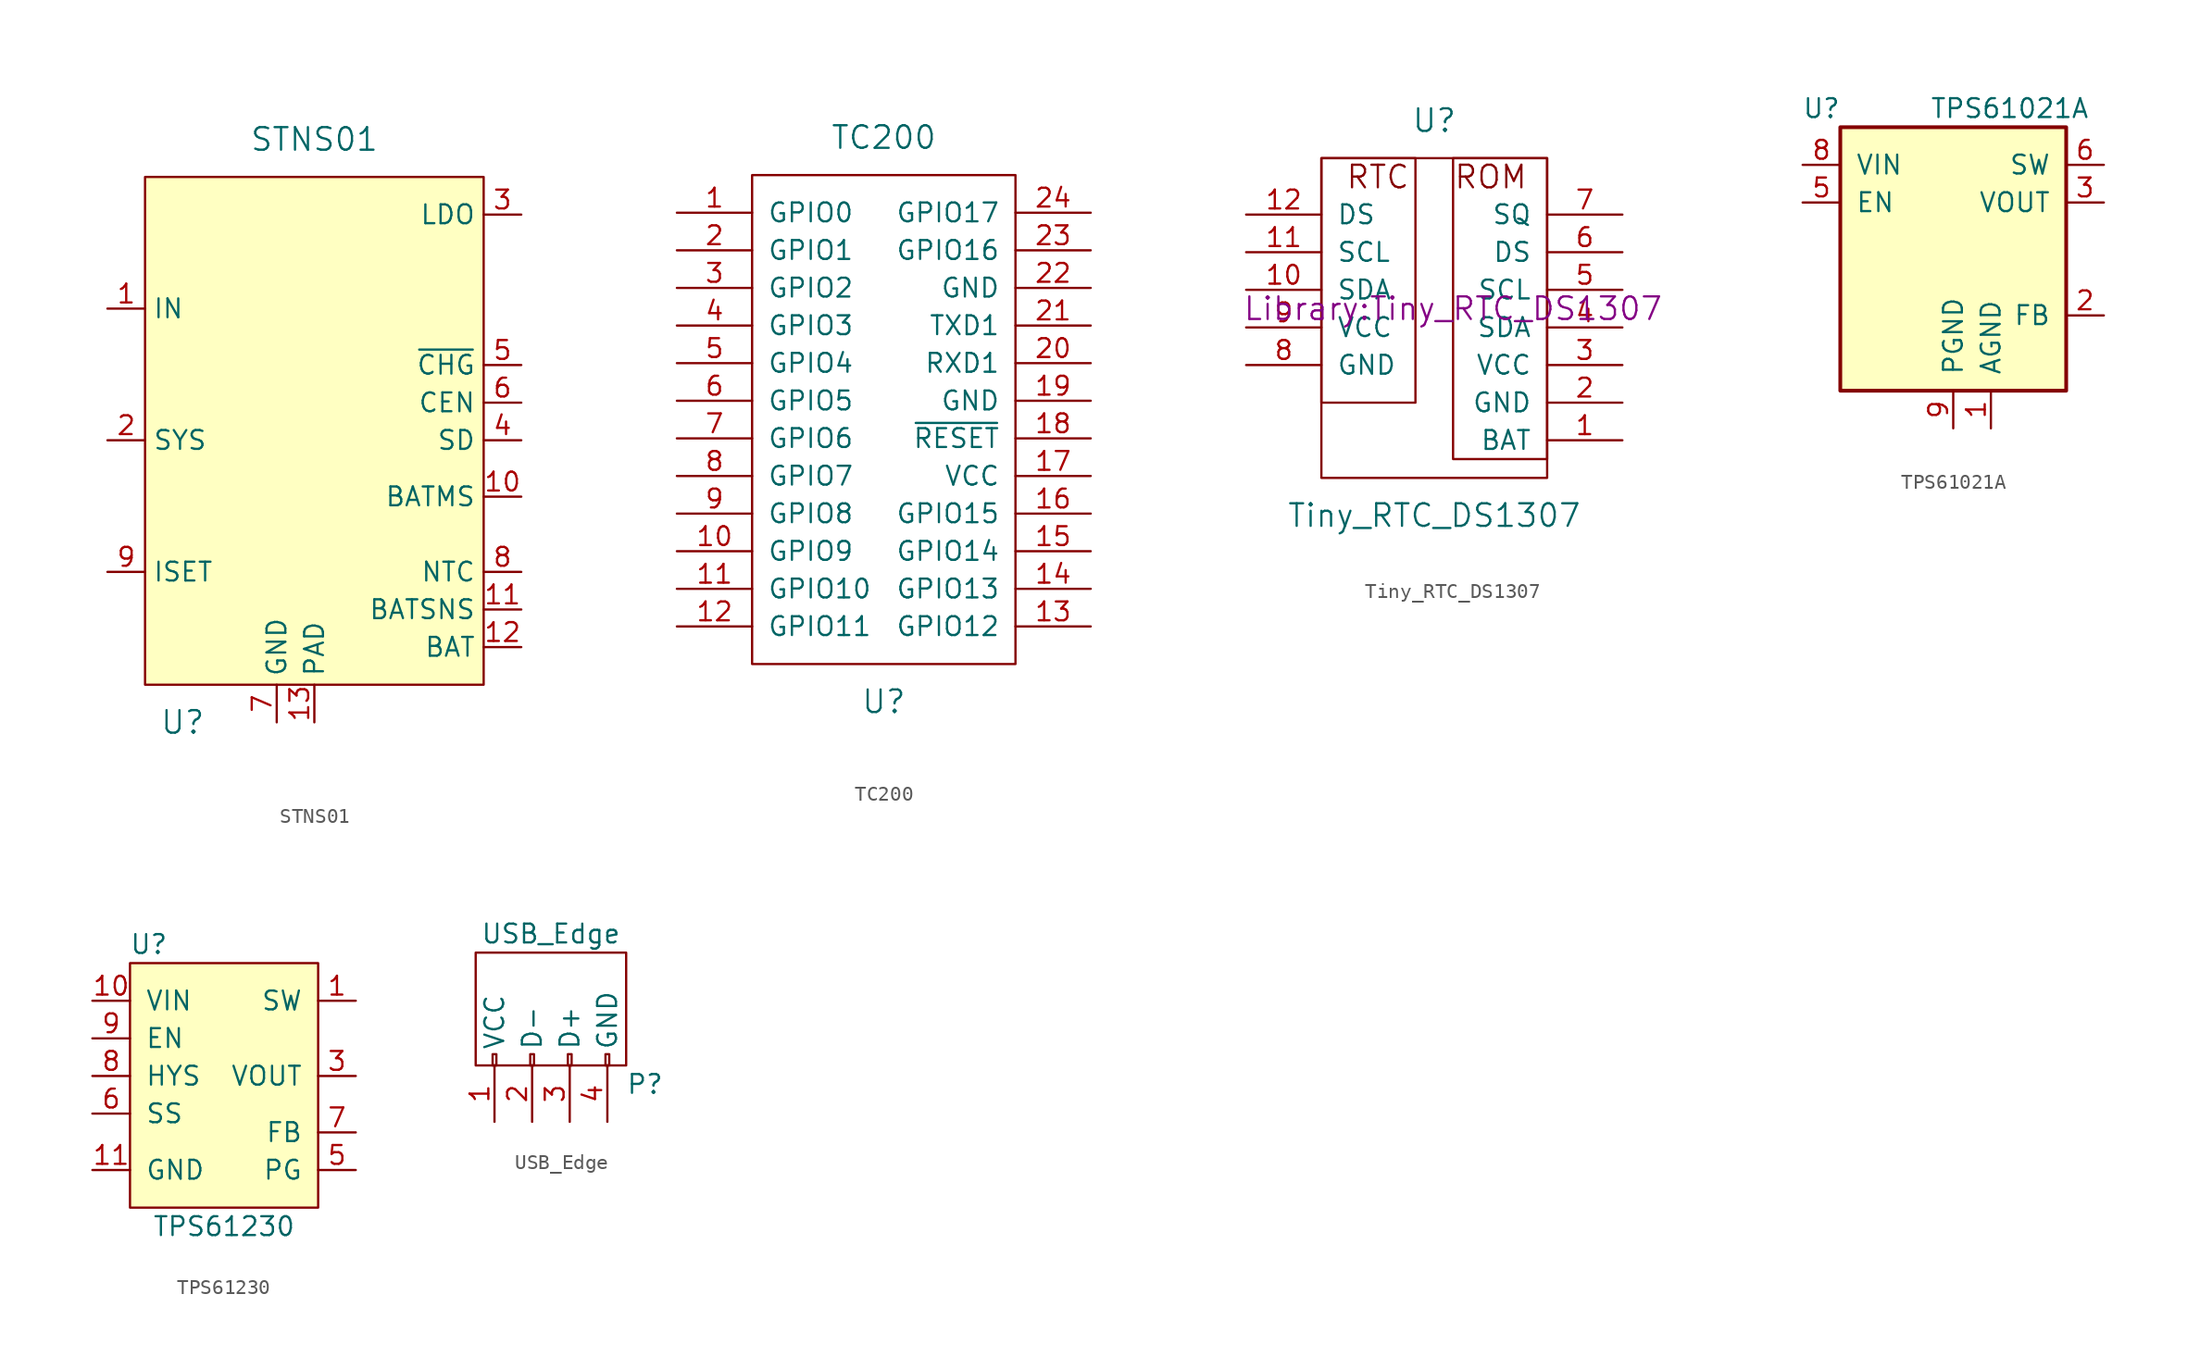
<source format=kicad_sym>
(kicad_symbol_lib
  (version 20231120)
  (generator "kicad_symbol_editor")
  (generator_version "8.0")
  (symbol "STNS01"
    (property "Reference" "U"
      (at -8.89 -20.32 0)
      (effects (font (size 1.524 1.524))))
    (property "Value" "STNS01"
      (at 0 19.05 0)
      (effects (font (size 1.524 1.524))))
    (symbol "STNS01_0_1"
      (rectangle (start -11.43 16.51) (end 11.43 -17.78) (stroke (width 0) (type solid)) (fill (type background))))
    (symbol "STNS01_1_1"
      (pin power_in line (at -13.97 7.62 0) (length 2.54) (name "IN" (effects (font (size 1.27 1.27)))) (number "1" (effects (font (size 1.27 1.27)))))
      (pin output line (at 13.97 -5.08 180) (length 2.54) (name "BATMS" (effects (font (size 1.27 1.27)))) (number "10" (effects (font (size 1.27 1.27)))))
      (pin input line (at 13.97 -12.7 180) (length 2.54) (name "BATSNS" (effects (font (size 1.27 1.27)))) (number "11" (effects (font (size 1.27 1.27)))))
      (pin power_in line (at 13.97 -15.24 180) (length 2.54) (name "BAT" (effects (font (size 1.27 1.27)))) (number "12" (effects (font (size 1.27 1.27)))))
      (pin power_in line (at 0 -20.32 90) (length 2.54) (name "PAD" (effects (font (size 1.27 1.27)))) (number "13" (effects (font (size 1.27 1.27)))))
      (pin power_out line (at -13.97 -1.27 0) (length 2.54) (name "SYS" (effects (font (size 1.27 1.27)))) (number "2" (effects (font (size 1.27 1.27)))))
      (pin power_out line (at 13.97 13.97 180) (length 2.54) (name "LDO" (effects (font (size 1.27 1.27)))) (number "3" (effects (font (size 1.27 1.27)))))
      (pin input line (at 13.97 -1.27 180) (length 2.54) (name "SD" (effects (font (size 1.27 1.27)))) (number "4" (effects (font (size 1.27 1.27)))))
      (pin output line (at 13.97 3.81 180) (length 2.54) (name "~{CHG}" (effects (font (size 1.27 1.27)))) (number "5" (effects (font (size 1.27 1.27)))))
      (pin input line (at 13.97 1.27 180) (length 2.54) (name "CEN" (effects (font (size 1.27 1.27)))) (number "6" (effects (font (size 1.27 1.27)))))
      (pin power_in line (at -2.54 -20.32 90) (length 2.54) (name "GND" (effects (font (size 1.27 1.27)))) (number "7" (effects (font (size 1.27 1.27)))))
      (pin power_in line (at 13.97 -10.16 180) (length 2.54) (name "NTC" (effects (font (size 1.27 1.27)))) (number "8" (effects (font (size 1.27 1.27)))))
      (pin input line (at -13.97 -10.16 0) (length 2.54) (name "ISET" (effects (font (size 1.27 1.27)))) (number "9" (effects (font (size 1.27 1.27)))))))
  (symbol "TC200"
    (pin_names
      (offset 1.016))
    (property "Reference" "U"
      (at 0 -19.05 0)
      (effects (font (size 1.524 1.524))))
    (property "Value" "TC200"
      (at 0 19.05 0)
      (effects (font (size 1.524 1.524))))
    (property "Footprint" ""
      (at -1.27 0 0)
      (effects (font (size 1.524 1.524))))
    (property "Datasheet" ""
      (at -1.27 0 0)
      (effects (font (size 1.524 1.524))))
    (symbol "TC200_0_1"
      (rectangle (start -8.89 16.51) (end 8.89 -16.51) (stroke (width 0) (type solid)) (fill (type none))))
    (symbol "TC200_1_1"
      (pin bidirectional line (at -13.97 13.97 0) (length 5.08) (name "GPIO0" (effects (font (size 1.27 1.27)))) (number "1" (effects (font (size 1.27 1.27)))))
      (pin bidirectional line (at -13.97 -8.89 0) (length 5.08) (name "GPIO9" (effects (font (size 1.27 1.27)))) (number "10" (effects (font (size 1.27 1.27)))))
      (pin bidirectional line (at -13.97 -11.43 0) (length 5.08) (name "GPIO10" (effects (font (size 1.27 1.27)))) (number "11" (effects (font (size 1.27 1.27)))))
      (pin bidirectional line (at -13.97 -13.97 0) (length 5.08) (name "GPIO11" (effects (font (size 1.27 1.27)))) (number "12" (effects (font (size 1.27 1.27)))))
      (pin bidirectional line (at 13.97 -13.97 180) (length 5.08) (name "GPIO12" (effects (font (size 1.27 1.27)))) (number "13" (effects (font (size 1.27 1.27)))))
      (pin bidirectional line (at 13.97 -11.43 180) (length 5.08) (name "GPIO13" (effects (font (size 1.27 1.27)))) (number "14" (effects (font (size 1.27 1.27)))))
      (pin bidirectional line (at 13.97 -8.89 180) (length 5.08) (name "GPIO14" (effects (font (size 1.27 1.27)))) (number "15" (effects (font (size 1.27 1.27)))))
      (pin bidirectional line (at 13.97 -6.35 180) (length 5.08) (name "GPIO15" (effects (font (size 1.27 1.27)))) (number "16" (effects (font (size 1.27 1.27)))))
      (pin power_in line (at 13.97 -3.81 180) (length 5.08) (name "VCC" (effects (font (size 1.27 1.27)))) (number "17" (effects (font (size 1.27 1.27)))))
      (pin input line (at 13.97 -1.27 180) (length 5.08) (name "~{RESET}" (effects (font (size 1.27 1.27)))) (number "18" (effects (font (size 1.27 1.27)))))
      (pin power_in line (at 13.97 1.27 180) (length 5.08) (name "GND" (effects (font (size 1.27 1.27)))) (number "19" (effects (font (size 1.27 1.27)))))
      (pin bidirectional line (at -13.97 11.43 0) (length 5.08) (name "GPIO1" (effects (font (size 1.27 1.27)))) (number "2" (effects (font (size 1.27 1.27)))))
      (pin bidirectional line (at 13.97 3.81 180) (length 5.08) (name "RXD1" (effects (font (size 1.27 1.27)))) (number "20" (effects (font (size 1.27 1.27)))))
      (pin bidirectional line (at 13.97 6.35 180) (length 5.08) (name "TXD1" (effects (font (size 1.27 1.27)))) (number "21" (effects (font (size 1.27 1.27)))))
      (pin power_in line (at 13.97 8.89 180) (length 5.08) (name "GND" (effects (font (size 1.27 1.27)))) (number "22" (effects (font (size 1.27 1.27)))))
      (pin bidirectional line (at 13.97 11.43 180) (length 5.08) (name "GPIO16" (effects (font (size 1.27 1.27)))) (number "23" (effects (font (size 1.27 1.27)))))
      (pin bidirectional line (at 13.97 13.97 180) (length 5.08) (name "GPIO17" (effects (font (size 1.27 1.27)))) (number "24" (effects (font (size 1.27 1.27)))))
      (pin bidirectional line (at -13.97 8.89 0) (length 5.08) (name "GPIO2" (effects (font (size 1.27 1.27)))) (number "3" (effects (font (size 1.27 1.27)))))
      (pin bidirectional line (at -13.97 6.35 0) (length 5.08) (name "GPIO3" (effects (font (size 1.27 1.27)))) (number "4" (effects (font (size 1.27 1.27)))))
      (pin bidirectional line (at -13.97 3.81 0) (length 5.08) (name "GPIO4" (effects (font (size 1.27 1.27)))) (number "5" (effects (font (size 1.27 1.27)))))
      (pin bidirectional line (at -13.97 1.27 0) (length 5.08) (name "GPIO5" (effects (font (size 1.27 1.27)))) (number "6" (effects (font (size 1.27 1.27)))))
      (pin bidirectional line (at -13.97 -1.27 0) (length 5.08) (name "GPIO6" (effects (font (size 1.27 1.27)))) (number "7" (effects (font (size 1.27 1.27)))))
      (pin bidirectional line (at -13.97 -3.81 0) (length 5.08) (name "GPIO7" (effects (font (size 1.27 1.27)))) (number "8" (effects (font (size 1.27 1.27)))))
      (pin bidirectional line (at -13.97 -6.35 0) (length 5.08) (name "GPIO8" (effects (font (size 1.27 1.27)))) (number "9" (effects (font (size 1.27 1.27)))))))
  (symbol "Tiny_RTC_DS1307"
    (pin_names
      (offset 1.016))
    (property "Reference" "U"
      (at 0 15.24 0)
      (effects (font (size 1.524 1.524))))
    (property "Value" "Tiny_RTC_DS1307"
      (at 0 -11.43 0)
      (effects (font (size 1.524 1.524))))
    (property "Footprint" "Library:Tiny_RTC_DS1307"
      (at 1.27 2.54 0)
      (effects (font (size 1.524 1.524))))
    (property "Datasheet" ""
      (at 1.27 2.54 0)
      (effects (font (size 1.524 1.524))))
    (symbol "Tiny_RTC_DS1307_0_0"
      (rectangle (start -7.62 12.7) (end 7.62 -8.89) (stroke (width 0) (type solid)) (fill (type none)))
      (rectangle (start -1.27 12.7) (end -7.62 -3.81) (stroke (width 0) (type solid)) (fill (type none)))
      (rectangle (start 1.27 12.7) (end 7.62 -7.62) (stroke (width 0) (type solid)) (fill (type none)))
      (text "ROM" (at 3.81 11.43 0) (effects (font (size 1.524 1.524))))
      (text "RTC" (at -3.81 11.43 0) (effects (font (size 1.524 1.524)))))
    (symbol "Tiny_RTC_DS1307_1_1"
      (pin bidirectional line (at 12.7 -6.35 180) (length 5.08) (name "BAT" (effects (font (size 1.27 1.27)))) (number "1" (effects (font (size 1.27 1.27)))))
      (pin bidirectional line (at -12.7 3.81 0) (length 5.08) (name "SDA" (effects (font (size 1.27 1.27)))) (number "10" (effects (font (size 1.27 1.27)))))
      (pin bidirectional line (at -12.7 6.35 0) (length 5.08) (name "SCL" (effects (font (size 1.27 1.27)))) (number "11" (effects (font (size 1.27 1.27)))))
      (pin bidirectional line (at -12.7 8.89 0) (length 5.08) (name "DS" (effects (font (size 1.27 1.27)))) (number "12" (effects (font (size 1.27 1.27)))))
      (pin power_in line (at 12.7 -3.81 180) (length 5.08) (name "GND" (effects (font (size 1.27 1.27)))) (number "2" (effects (font (size 1.27 1.27)))))
      (pin power_in line (at 12.7 -1.27 180) (length 5.08) (name "VCC" (effects (font (size 1.27 1.27)))) (number "3" (effects (font (size 1.27 1.27)))))
      (pin bidirectional line (at 12.7 1.27 180) (length 5.08) (name "SDA" (effects (font (size 1.27 1.27)))) (number "4" (effects (font (size 1.27 1.27)))))
      (pin bidirectional line (at 12.7 3.81 180) (length 5.08) (name "SCL" (effects (font (size 1.27 1.27)))) (number "5" (effects (font (size 1.27 1.27)))))
      (pin bidirectional line (at 12.7 6.35 180) (length 5.08) (name "DS" (effects (font (size 1.27 1.27)))) (number "6" (effects (font (size 1.27 1.27)))))
      (pin bidirectional line (at 12.7 8.89 180) (length 5.08) (name "SQ" (effects (font (size 1.27 1.27)))) (number "7" (effects (font (size 1.27 1.27)))))
      (pin power_in line (at -12.7 -1.27 0) (length 5.08) (name "GND" (effects (font (size 1.27 1.27)))) (number "8" (effects (font (size 1.27 1.27)))))
      (pin power_in line (at -12.7 1.27 0) (length 5.08) (name "VCC" (effects (font (size 1.27 1.27)))) (number "9" (effects (font (size 1.27 1.27)))))))
  (symbol "TPS61021A"
    (pin_names
      (offset 1.016))
    (property "Reference" "U"
      (at -8.89 8.89 0)
      (effects (font (size 1.27 1.27))))
    (property "Value" "TPS61021A"
      (at 3.81 8.89 0)
      (effects (font (size 1.27 1.27))))
    (symbol "TPS61021A_1_1"
      (rectangle (start -7.62 7.62) (end 7.62 -10.16) (stroke (width 0.254) (type solid)) (fill (type background)))
      (pin power_in line (at 2.54 -12.7 90) (length 2.54) (name "AGND" (effects (font (size 1.27 1.27)))) (number "1" (effects (font (size 1.27 1.27)))))
      (pin input line (at 10.16 -5.08 180) (length 2.54) (name "FB" (effects (font (size 1.27 1.27)))) (number "2" (effects (font (size 1.27 1.27)))))
      (pin power_out line (at 10.16 2.54 180) (length 2.54) (name "VOUT" (effects (font (size 1.27 1.27)))) (number "3" (effects (font (size 1.27 1.27)))))
      (pin passive line (at 10.16 2.54 180) (length 2.54) hide (name "VOUT" (effects (font (size 1.27 1.27)))) (number "4" (effects (font (size 1.27 1.27)))))
      (pin input line (at -10.16 2.54 0) (length 2.54) (name "EN" (effects (font (size 1.27 1.27)))) (number "5" (effects (font (size 1.27 1.27)))))
      (pin input line (at 10.16 5.08 180) (length 2.54) (name "SW" (effects (font (size 1.27 1.27)))) (number "6" (effects (font (size 1.27 1.27)))))
      (pin passive line (at 10.16 5.08 180) (length 2.54) hide (name "SW" (effects (font (size 1.27 1.27)))) (number "7" (effects (font (size 1.27 1.27)))))
      (pin power_in line (at -10.16 5.08 0) (length 2.54) (name "VIN" (effects (font (size 1.27 1.27)))) (number "8" (effects (font (size 1.27 1.27)))))
      (pin power_in line (at 0 -12.7 90) (length 2.54) (name "PGND" (effects (font (size 1.27 1.27)))) (number "9" (effects (font (size 1.27 1.27)))))))
  (symbol "TPS61230"
    (pin_names
      (offset 1.016))
    (property "Reference" "U"
      (at -5.08 8.89 0)
      (effects (font (size 1.27 1.27))))
    (property "Value" "TPS61230"
      (at 0 -10.16 0)
      (effects (font (size 1.27 1.27))))
    (symbol "TPS61230_0_1"
      (rectangle (start -6.35 7.62) (end 6.35 -8.89) (stroke (width 0) (type solid)) (fill (type background))))
    (symbol "TPS61230_1_1"
      (pin power_in line (at 8.89 5.08 180) (length 2.54) (name "SW" (effects (font (size 1.27 1.27)))) (number "1" (effects (font (size 1.27 1.27)))))
      (pin power_in line (at -8.89 5.08 0) (length 2.54) (name "VIN" (effects (font (size 1.27 1.27)))) (number "10" (effects (font (size 1.27 1.27)))))
      (pin power_in line (at -8.89 -6.35 0) (length 2.54) (name "GND" (effects (font (size 1.27 1.27)))) (number "11" (effects (font (size 1.27 1.27)))))
      (pin passive line (at 8.89 5.08 180) (length 2.54) hide (name "SW" (effects (font (size 1.27 1.27)))) (number "2" (effects (font (size 1.27 1.27)))))
      (pin power_out line (at 8.89 0 180) (length 2.54) (name "VOUT" (effects (font (size 1.27 1.27)))) (number "3" (effects (font (size 1.27 1.27)))))
      (pin passive line (at 8.89 0 180) (length 2.54) hide (name "VOUT" (effects (font (size 1.27 1.27)))) (number "4" (effects (font (size 1.27 1.27)))))
      (pin output line (at 8.89 -6.35 180) (length 2.54) (name "PG" (effects (font (size 1.27 1.27)))) (number "5" (effects (font (size 1.27 1.27)))))
      (pin input line (at -8.89 -2.54 0) (length 2.54) (name "SS" (effects (font (size 1.27 1.27)))) (number "6" (effects (font (size 1.27 1.27)))))
      (pin input line (at 8.89 -3.81 180) (length 2.54) (name "FB" (effects (font (size 1.27 1.27)))) (number "7" (effects (font (size 1.27 1.27)))))
      (pin output line (at -8.89 0 0) (length 2.54) (name "HYS" (effects (font (size 1.27 1.27)))) (number "8" (effects (font (size 1.27 1.27)))))
      (pin input line (at -8.89 2.54 0) (length 2.54) (name "EN" (effects (font (size 1.27 1.27)))) (number "9" (effects (font (size 1.27 1.27)))))))
  (symbol "USB_Edge"
    (pin_names
      (offset 1.016))
    (property "Reference" "P"
      (at 6.35 -5.08 0)
      (effects (font (size 1.27 1.27))))
    (property "Value" "USB_Edge"
      (at 0 5.08 0)
      (effects (font (size 1.27 1.27))))
    (property "Footprint" ""
      (at 0 -2.54 90)
      (effects (font (size 1.27 1.27))))
    (property "Datasheet" ""
      (at 0 -2.54 90)
      (effects (font (size 1.27 1.27))))
    (symbol "USB_Edge_0_1"
      (rectangle (start -5.08 -3.81) (end 5.08 3.81) (stroke (width 0) (type solid)) (fill (type none)))
      (rectangle (start -3.937 -3.81) (end -3.683 -3.048) (stroke (width 0) (type solid)) (fill (type none)))
      (rectangle (start -1.397 -3.81) (end -1.143 -3.048) (stroke (width 0) (type solid)) (fill (type none)))
      (rectangle (start 1.143 -3.81) (end 1.397 -3.048) (stroke (width 0) (type solid)) (fill (type none)))
      (rectangle (start 3.683 -3.81) (end 3.937 -3.048) (stroke (width 0) (type solid)) (fill (type none))))
    (symbol "USB_Edge_1_1"
      (pin power_out line (at -3.81 -7.62 90) (length 3.81) (name "VCC" (effects (font (size 1.27 1.27)))) (number "1" (effects (font (size 1.27 1.27)))))
      (pin passive line (at -1.27 -7.62 90) (length 3.81) (name "D-" (effects (font (size 1.27 1.27)))) (number "2" (effects (font (size 1.27 1.27)))))
      (pin passive line (at 1.27 -7.62 90) (length 3.81) (name "D+" (effects (font (size 1.27 1.27)))) (number "3" (effects (font (size 1.27 1.27)))))
      (pin power_in line (at 3.81 -7.62 90) (length 3.81) (name "GND" (effects (font (size 1.27 1.27)))) (number "4" (effects (font (size 1.27 1.27))))))))
</source>
